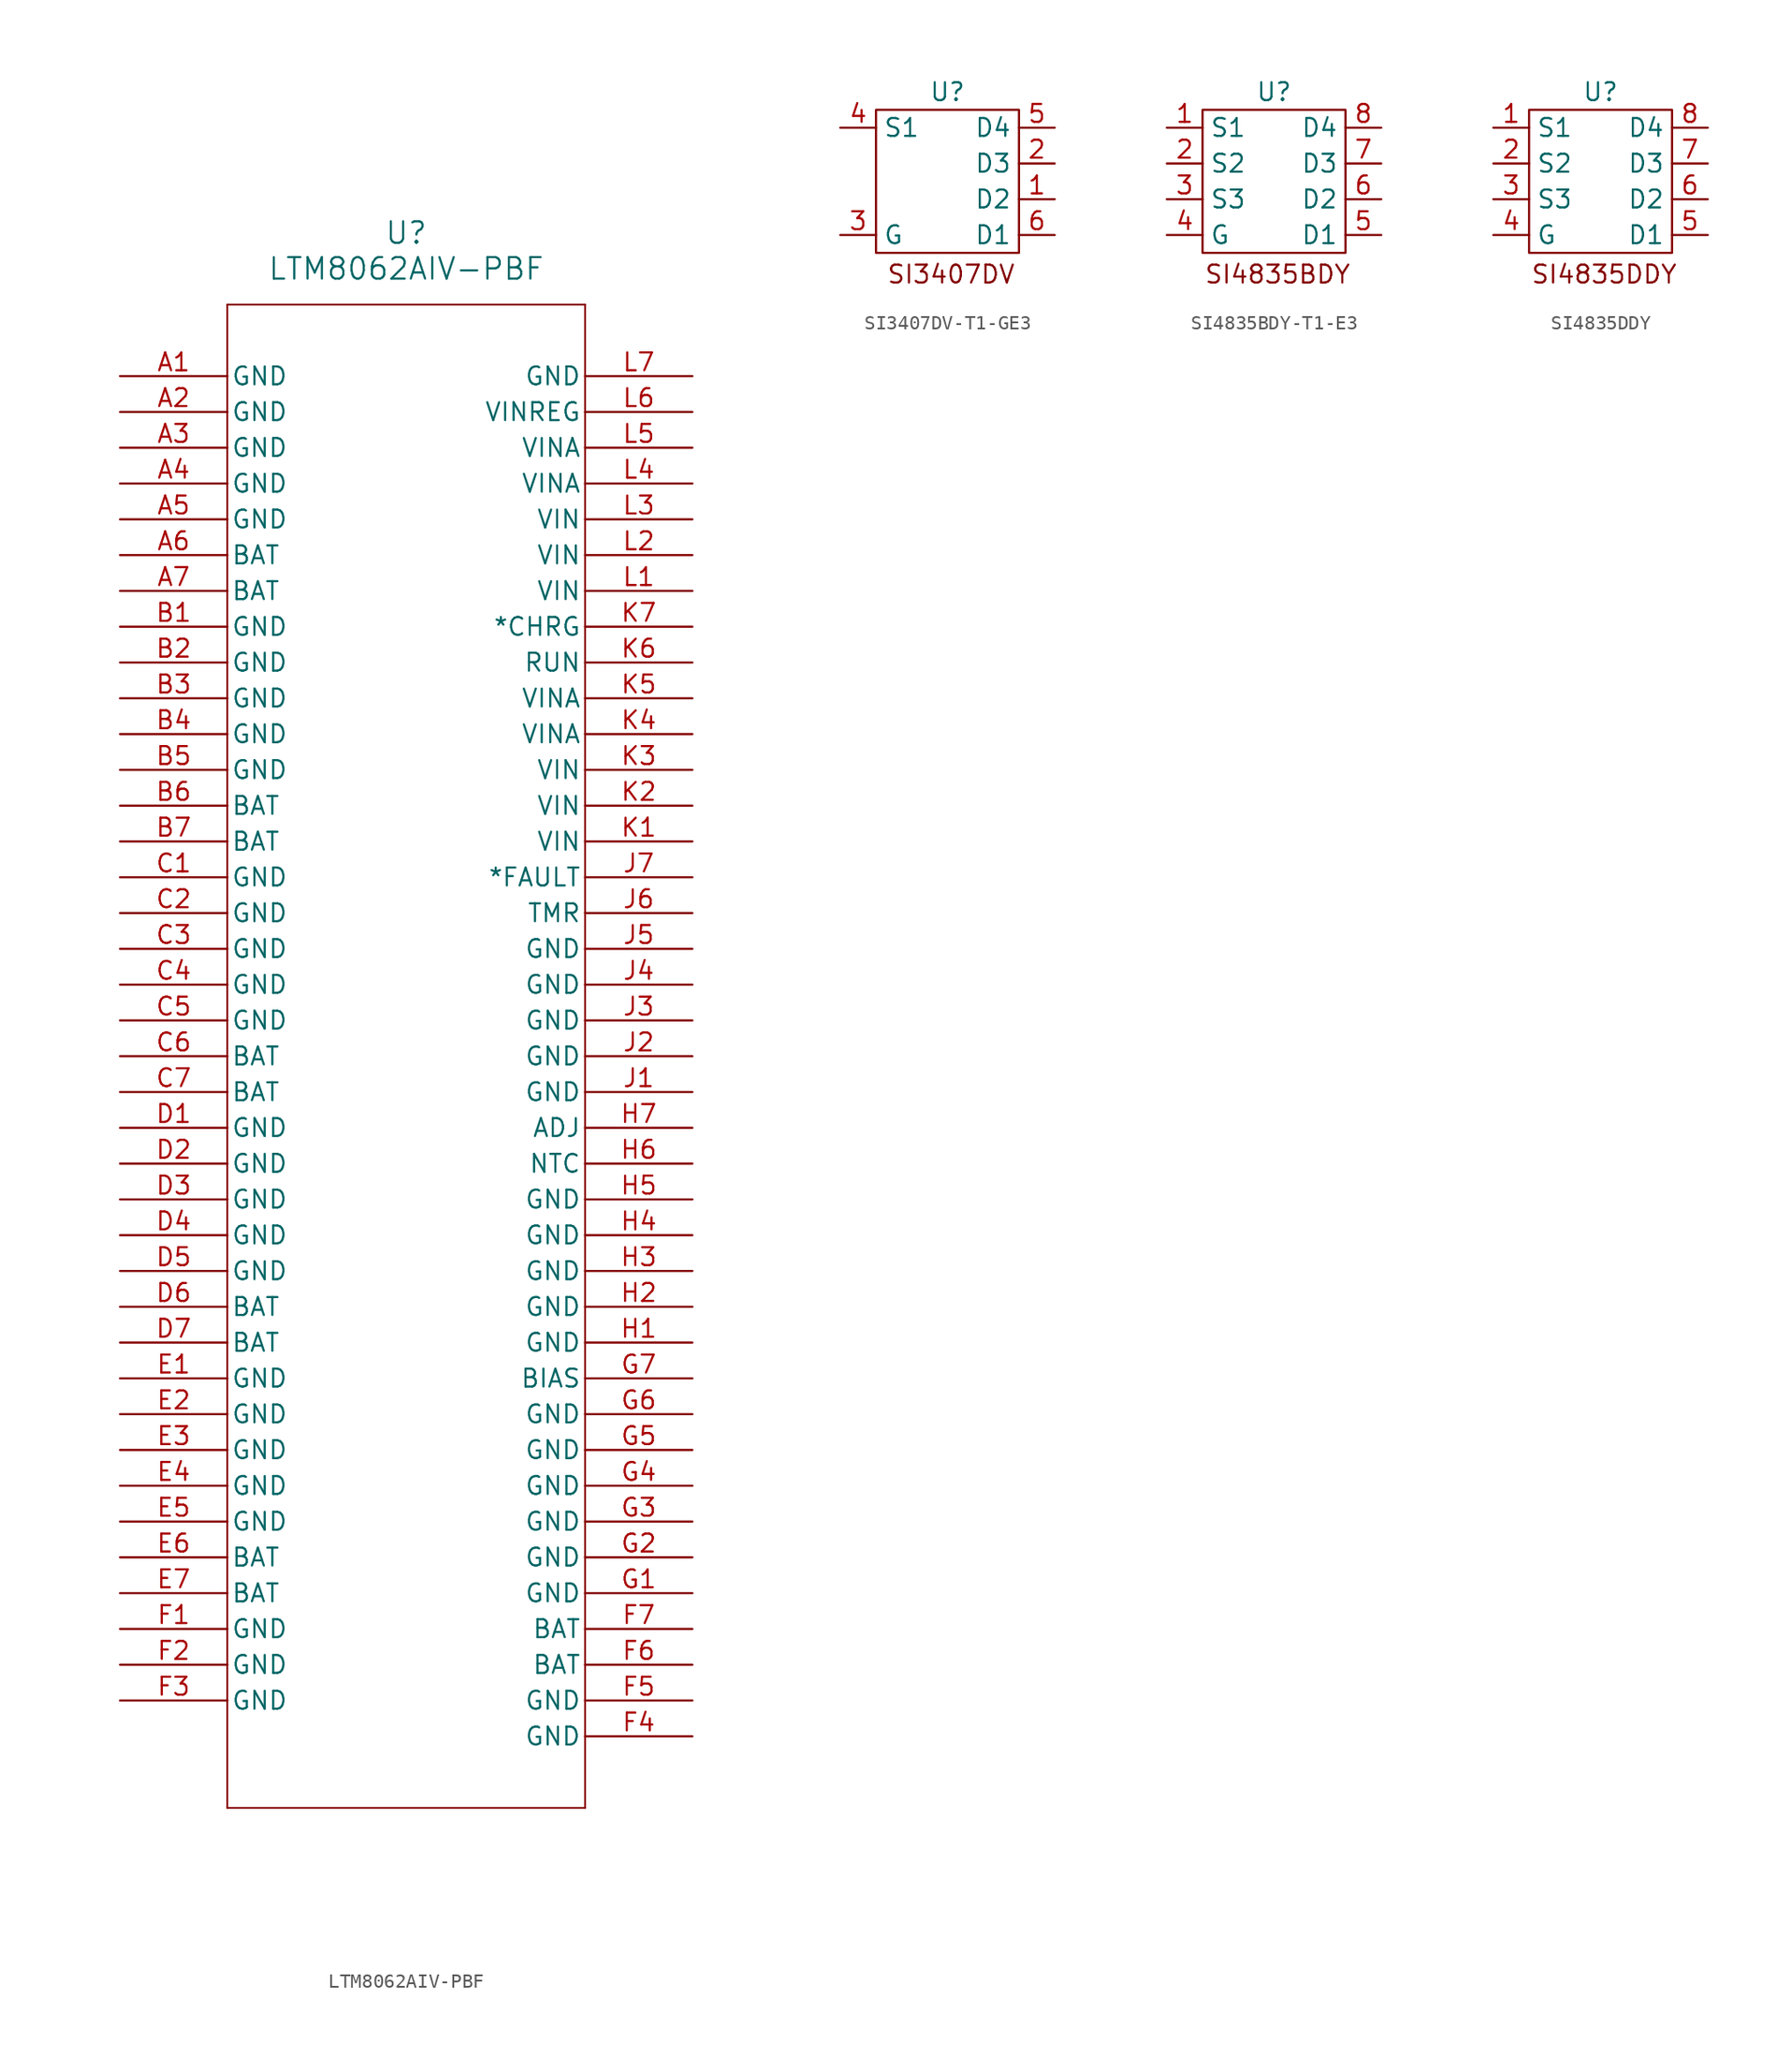
<source format=kicad_sym>
(kicad_symbol_lib
  (version 20231120)
  (generator "kicad_symbol_editor")
  (generator_version "8.0")
  (symbol "LTM8062AIV-PBF"
    (pin_names
      (offset 0.254))
    (property "Reference" "U"
      (at 20.32 10.16 0)
      (effects (font (size 1.524 1.524))))
    (property "Value" "LTM8062AIV-PBF"
      (at 20.32 7.62 0)
      (effects (font (size 1.524 1.524))))
    (property "ki_locked" ""
      (at 0 0 0)
      (effects (font (size 1.27 1.27))))
    (symbol "LTM8062AIV-PBF_0_1"
      (polyline (pts (xy 7.62 -101.6) (xy 33.02 -101.6)) (stroke (width 0.127) (type default)) (fill (type none)))
      (polyline (pts (xy 7.62 5.08) (xy 7.62 -101.6)) (stroke (width 0.127) (type default)) (fill (type none)))
      (polyline (pts (xy 33.02 -101.6) (xy 33.02 5.08)) (stroke (width 0.127) (type default)) (fill (type none)))
      (polyline (pts (xy 33.02 5.08) (xy 7.62 5.08)) (stroke (width 0.127) (type default)) (fill (type none)))
      (pin power_in line (at 0 0 0) (length 7.62) (name "GND" (effects (font (size 1.27 1.27)))) (number "A1" (effects (font (size 1.27 1.27)))))
      (pin power_in line (at 0 -2.54 0) (length 7.62) (name "GND" (effects (font (size 1.27 1.27)))) (number "A2" (effects (font (size 1.27 1.27)))))
      (pin power_in line (at 0 -5.08 0) (length 7.62) (name "GND" (effects (font (size 1.27 1.27)))) (number "A3" (effects (font (size 1.27 1.27)))))
      (pin power_in line (at 0 -7.62 0) (length 7.62) (name "GND" (effects (font (size 1.27 1.27)))) (number "A4" (effects (font (size 1.27 1.27)))))
      (pin power_in line (at 0 -10.16 0) (length 7.62) (name "GND" (effects (font (size 1.27 1.27)))) (number "A5" (effects (font (size 1.27 1.27)))))
      (pin output line (at 0 -12.7 0) (length 7.62) (name "BAT" (effects (font (size 1.27 1.27)))) (number "A6" (effects (font (size 1.27 1.27)))))
      (pin output line (at 0 -15.24 0) (length 7.62) (name "BAT" (effects (font (size 1.27 1.27)))) (number "A7" (effects (font (size 1.27 1.27)))))
      (pin power_in line (at 0 -17.78 0) (length 7.62) (name "GND" (effects (font (size 1.27 1.27)))) (number "B1" (effects (font (size 1.27 1.27)))))
      (pin power_in line (at 0 -20.32 0) (length 7.62) (name "GND" (effects (font (size 1.27 1.27)))) (number "B2" (effects (font (size 1.27 1.27)))))
      (pin power_in line (at 0 -22.86 0) (length 7.62) (name "GND" (effects (font (size 1.27 1.27)))) (number "B3" (effects (font (size 1.27 1.27)))))
      (pin power_in line (at 0 -25.4 0) (length 7.62) (name "GND" (effects (font (size 1.27 1.27)))) (number "B4" (effects (font (size 1.27 1.27)))))
      (pin power_in line (at 0 -27.94 0) (length 7.62) (name "GND" (effects (font (size 1.27 1.27)))) (number "B5" (effects (font (size 1.27 1.27)))))
      (pin output line (at 0 -30.48 0) (length 7.62) (name "BAT" (effects (font (size 1.27 1.27)))) (number "B6" (effects (font (size 1.27 1.27)))))
      (pin output line (at 0 -33.02 0) (length 7.62) (name "BAT" (effects (font (size 1.27 1.27)))) (number "B7" (effects (font (size 1.27 1.27)))))
      (pin power_in line (at 0 -35.56 0) (length 7.62) (name "GND" (effects (font (size 1.27 1.27)))) (number "C1" (effects (font (size 1.27 1.27)))))
      (pin power_in line (at 0 -38.1 0) (length 7.62) (name "GND" (effects (font (size 1.27 1.27)))) (number "C2" (effects (font (size 1.27 1.27)))))
      (pin power_in line (at 0 -40.64 0) (length 7.62) (name "GND" (effects (font (size 1.27 1.27)))) (number "C3" (effects (font (size 1.27 1.27)))))
      (pin power_in line (at 0 -43.18 0) (length 7.62) (name "GND" (effects (font (size 1.27 1.27)))) (number "C4" (effects (font (size 1.27 1.27)))))
      (pin power_in line (at 0 -45.72 0) (length 7.62) (name "GND" (effects (font (size 1.27 1.27)))) (number "C5" (effects (font (size 1.27 1.27)))))
      (pin output line (at 0 -48.26 0) (length 7.62) (name "BAT" (effects (font (size 1.27 1.27)))) (number "C6" (effects (font (size 1.27 1.27)))))
      (pin output line (at 0 -50.8 0) (length 7.62) (name "BAT" (effects (font (size 1.27 1.27)))) (number "C7" (effects (font (size 1.27 1.27)))))
      (pin power_in line (at 0 -53.34 0) (length 7.62) (name "GND" (effects (font (size 1.27 1.27)))) (number "D1" (effects (font (size 1.27 1.27)))))
      (pin power_in line (at 0 -55.88 0) (length 7.62) (name "GND" (effects (font (size 1.27 1.27)))) (number "D2" (effects (font (size 1.27 1.27)))))
      (pin power_in line (at 0 -58.42 0) (length 7.62) (name "GND" (effects (font (size 1.27 1.27)))) (number "D3" (effects (font (size 1.27 1.27)))))
      (pin power_in line (at 0 -60.96 0) (length 7.62) (name "GND" (effects (font (size 1.27 1.27)))) (number "D4" (effects (font (size 1.27 1.27)))))
      (pin power_in line (at 0 -63.5 0) (length 7.62) (name "GND" (effects (font (size 1.27 1.27)))) (number "D5" (effects (font (size 1.27 1.27)))))
      (pin output line (at 0 -66.04 0) (length 7.62) (name "BAT" (effects (font (size 1.27 1.27)))) (number "D6" (effects (font (size 1.27 1.27)))))
      (pin output line (at 0 -68.58 0) (length 7.62) (name "BAT" (effects (font (size 1.27 1.27)))) (number "D7" (effects (font (size 1.27 1.27)))))
      (pin power_in line (at 0 -71.12 0) (length 7.62) (name "GND" (effects (font (size 1.27 1.27)))) (number "E1" (effects (font (size 1.27 1.27)))))
      (pin power_in line (at 0 -73.66 0) (length 7.62) (name "GND" (effects (font (size 1.27 1.27)))) (number "E2" (effects (font (size 1.27 1.27)))))
      (pin power_in line (at 0 -76.2 0) (length 7.62) (name "GND" (effects (font (size 1.27 1.27)))) (number "E3" (effects (font (size 1.27 1.27)))))
      (pin power_in line (at 0 -78.74 0) (length 7.62) (name "GND" (effects (font (size 1.27 1.27)))) (number "E4" (effects (font (size 1.27 1.27)))))
      (pin power_in line (at 0 -81.28 0) (length 7.62) (name "GND" (effects (font (size 1.27 1.27)))) (number "E5" (effects (font (size 1.27 1.27)))))
      (pin output line (at 0 -83.82 0) (length 7.62) (name "BAT" (effects (font (size 1.27 1.27)))) (number "E6" (effects (font (size 1.27 1.27)))))
      (pin output line (at 0 -86.36 0) (length 7.62) (name "BAT" (effects (font (size 1.27 1.27)))) (number "E7" (effects (font (size 1.27 1.27)))))
      (pin power_in line (at 0 -88.9 0) (length 7.62) (name "GND" (effects (font (size 1.27 1.27)))) (number "F1" (effects (font (size 1.27 1.27)))))
      (pin power_in line (at 0 -91.44 0) (length 7.62) (name "GND" (effects (font (size 1.27 1.27)))) (number "F2" (effects (font (size 1.27 1.27)))))
      (pin power_in line (at 0 -93.98 0) (length 7.62) (name "GND" (effects (font (size 1.27 1.27)))) (number "F3" (effects (font (size 1.27 1.27)))))
      (pin power_in line (at 40.64 -96.52 180) (length 7.62) (name "GND" (effects (font (size 1.27 1.27)))) (number "F4" (effects (font (size 1.27 1.27)))))
      (pin power_in line (at 40.64 -93.98 180) (length 7.62) (name "GND" (effects (font (size 1.27 1.27)))) (number "F5" (effects (font (size 1.27 1.27)))))
      (pin output line (at 40.64 -91.44 180) (length 7.62) (name "BAT" (effects (font (size 1.27 1.27)))) (number "F6" (effects (font (size 1.27 1.27)))))
      (pin output line (at 40.64 -88.9 180) (length 7.62) (name "BAT" (effects (font (size 1.27 1.27)))) (number "F7" (effects (font (size 1.27 1.27)))))
      (pin power_in line (at 40.64 -86.36 180) (length 7.62) (name "GND" (effects (font (size 1.27 1.27)))) (number "G1" (effects (font (size 1.27 1.27)))))
      (pin power_in line (at 40.64 -83.82 180) (length 7.62) (name "GND" (effects (font (size 1.27 1.27)))) (number "G2" (effects (font (size 1.27 1.27)))))
      (pin power_in line (at 40.64 -81.28 180) (length 7.62) (name "GND" (effects (font (size 1.27 1.27)))) (number "G3" (effects (font (size 1.27 1.27)))))
      (pin power_in line (at 40.64 -78.74 180) (length 7.62) (name "GND" (effects (font (size 1.27 1.27)))) (number "G4" (effects (font (size 1.27 1.27)))))
      (pin power_in line (at 40.64 -76.2 180) (length 7.62) (name "GND" (effects (font (size 1.27 1.27)))) (number "G5" (effects (font (size 1.27 1.27)))))
      (pin power_in line (at 40.64 -73.66 180) (length 7.62) (name "GND" (effects (font (size 1.27 1.27)))) (number "G6" (effects (font (size 1.27 1.27)))))
      (pin unspecified line (at 40.64 -71.12 180) (length 7.62) (name "BIAS" (effects (font (size 1.27 1.27)))) (number "G7" (effects (font (size 1.27 1.27)))))
      (pin power_in line (at 40.64 -68.58 180) (length 7.62) (name "GND" (effects (font (size 1.27 1.27)))) (number "H1" (effects (font (size 1.27 1.27)))))
      (pin power_in line (at 40.64 -66.04 180) (length 7.62) (name "GND" (effects (font (size 1.27 1.27)))) (number "H2" (effects (font (size 1.27 1.27)))))
      (pin power_in line (at 40.64 -63.5 180) (length 7.62) (name "GND" (effects (font (size 1.27 1.27)))) (number "H3" (effects (font (size 1.27 1.27)))))
      (pin power_in line (at 40.64 -60.96 180) (length 7.62) (name "GND" (effects (font (size 1.27 1.27)))) (number "H4" (effects (font (size 1.27 1.27)))))
      (pin power_in line (at 40.64 -58.42 180) (length 7.62) (name "GND" (effects (font (size 1.27 1.27)))) (number "H5" (effects (font (size 1.27 1.27)))))
      (pin input line (at 40.64 -55.88 180) (length 7.62) (name "NTC" (effects (font (size 1.27 1.27)))) (number "H6" (effects (font (size 1.27 1.27)))))
      (pin input line (at 40.64 -53.34 180) (length 7.62) (name "ADJ" (effects (font (size 1.27 1.27)))) (number "H7" (effects (font (size 1.27 1.27)))))
      (pin power_in line (at 40.64 -50.8 180) (length 7.62) (name "GND" (effects (font (size 1.27 1.27)))) (number "J1" (effects (font (size 1.27 1.27)))))
      (pin power_in line (at 40.64 -48.26 180) (length 7.62) (name "GND" (effects (font (size 1.27 1.27)))) (number "J2" (effects (font (size 1.27 1.27)))))
      (pin power_in line (at 40.64 -45.72 180) (length 7.62) (name "GND" (effects (font (size 1.27 1.27)))) (number "J3" (effects (font (size 1.27 1.27)))))
      (pin power_in line (at 40.64 -43.18 180) (length 7.62) (name "GND" (effects (font (size 1.27 1.27)))) (number "J4" (effects (font (size 1.27 1.27)))))
      (pin power_in line (at 40.64 -40.64 180) (length 7.62) (name "GND" (effects (font (size 1.27 1.27)))) (number "J5" (effects (font (size 1.27 1.27)))))
      (pin unspecified line (at 40.64 -38.1 180) (length 7.62) (name "TMR" (effects (font (size 1.27 1.27)))) (number "J6" (effects (font (size 1.27 1.27)))))
      (pin output line (at 40.64 -35.56 180) (length 7.62) (name "*FAULT" (effects (font (size 1.27 1.27)))) (number "J7" (effects (font (size 1.27 1.27)))))
      (pin input line (at 40.64 -33.02 180) (length 7.62) (name "VIN" (effects (font (size 1.27 1.27)))) (number "K1" (effects (font (size 1.27 1.27)))))
      (pin input line (at 40.64 -30.48 180) (length 7.62) (name "VIN" (effects (font (size 1.27 1.27)))) (number "K2" (effects (font (size 1.27 1.27)))))
      (pin input line (at 40.64 -27.94 180) (length 7.62) (name "VIN" (effects (font (size 1.27 1.27)))) (number "K3" (effects (font (size 1.27 1.27)))))
      (pin input line (at 40.64 -25.4 180) (length 7.62) (name "VINA" (effects (font (size 1.27 1.27)))) (number "K4" (effects (font (size 1.27 1.27)))))
      (pin input line (at 40.64 -22.86 180) (length 7.62) (name "VINA" (effects (font (size 1.27 1.27)))) (number "K5" (effects (font (size 1.27 1.27)))))
      (pin input line (at 40.64 -20.32 180) (length 7.62) (name "RUN" (effects (font (size 1.27 1.27)))) (number "K6" (effects (font (size 1.27 1.27)))))
      (pin output line (at 40.64 -17.78 180) (length 7.62) (name "*CHRG" (effects (font (size 1.27 1.27)))) (number "K7" (effects (font (size 1.27 1.27)))))
      (pin input line (at 40.64 -15.24 180) (length 7.62) (name "VIN" (effects (font (size 1.27 1.27)))) (number "L1" (effects (font (size 1.27 1.27)))))
      (pin input line (at 40.64 -12.7 180) (length 7.62) (name "VIN" (effects (font (size 1.27 1.27)))) (number "L2" (effects (font (size 1.27 1.27)))))
      (pin input line (at 40.64 -10.16 180) (length 7.62) (name "VIN" (effects (font (size 1.27 1.27)))) (number "L3" (effects (font (size 1.27 1.27)))))
      (pin input line (at 40.64 -7.62 180) (length 7.62) (name "VINA" (effects (font (size 1.27 1.27)))) (number "L4" (effects (font (size 1.27 1.27)))))
      (pin input line (at 40.64 -5.08 180) (length 7.62) (name "VINA" (effects (font (size 1.27 1.27)))) (number "L5" (effects (font (size 1.27 1.27)))))
      (pin input line (at 40.64 -2.54 180) (length 7.62) (name "VINREG" (effects (font (size 1.27 1.27)))) (number "L6" (effects (font (size 1.27 1.27)))))
      (pin power_in line (at 40.64 0 180) (length 7.62) (name "GND" (effects (font (size 1.27 1.27)))) (number "L7" (effects (font (size 1.27 1.27)))))))
  (symbol "SI3407DV-T1-GE3"
    (property "Reference" "U"
      (at 0 6.35 0)
      (effects (font (size 1.27 1.27))))
    (property "Value" ""
      (at 0 0 0)
      (effects (font (size 1.27 1.27))))
    (symbol "SI3407DV-T1-GE3_0_1"
      (rectangle (start -5.08 5.08) (end 5.08 -5.08) (stroke (width 0) (type default)) (fill (type none))))
    (symbol "SI3407DV-T1-GE3_1_1"
      (text "SI3407DV" (at 0.254 -6.604 0) (effects (font (size 1.27 1.27))))
      (pin input line (at 7.62 -1.27 180) (length 2.54) (name "D2" (effects (font (size 1.27 1.27)))) (number "1" (effects (font (size 1.27 1.27)))))
      (pin input line (at 7.62 1.27 180) (length 2.54) (name "D3" (effects (font (size 1.27 1.27)))) (number "2" (effects (font (size 1.27 1.27)))))
      (pin input line (at -7.62 -3.81 0) (length 2.54) (name "G" (effects (font (size 1.27 1.27)))) (number "3" (effects (font (size 1.27 1.27)))))
      (pin input line (at -7.62 3.81 0) (length 2.54) (name "S1" (effects (font (size 1.27 1.27)))) (number "4" (effects (font (size 1.27 1.27)))))
      (pin input line (at 7.62 3.81 180) (length 2.54) (name "D4" (effects (font (size 1.27 1.27)))) (number "5" (effects (font (size 1.27 1.27)))))
      (pin input line (at 7.62 -3.81 180) (length 2.54) (name "D1" (effects (font (size 1.27 1.27)))) (number "6" (effects (font (size 1.27 1.27)))))))
  (symbol "SI4835BDY-T1-E3"
    (property "Reference" "U"
      (at 0 6.35 0)
      (effects (font (size 1.27 1.27))))
    (property "Value" ""
      (at 0 0 0)
      (effects (font (size 1.27 1.27))))
    (symbol "SI4835BDY-T1-E3_0_1"
      (rectangle (start -5.08 5.08) (end 5.08 -5.08) (stroke (width 0) (type default)) (fill (type none))))
    (symbol "SI4835BDY-T1-E3_1_1"
      (text "SI4835BDY" (at 0.254 -6.604 0) (effects (font (size 1.27 1.27))))
      (pin input line (at -7.62 3.81 0) (length 2.54) (name "S1" (effects (font (size 1.27 1.27)))) (number "1" (effects (font (size 1.27 1.27)))))
      (pin input line (at -7.62 1.27 0) (length 2.54) (name "S2" (effects (font (size 1.27 1.27)))) (number "2" (effects (font (size 1.27 1.27)))))
      (pin input line (at -7.62 -1.27 0) (length 2.54) (name "S3" (effects (font (size 1.27 1.27)))) (number "3" (effects (font (size 1.27 1.27)))))
      (pin input line (at -7.62 -3.81 0) (length 2.54) (name "G" (effects (font (size 1.27 1.27)))) (number "4" (effects (font (size 1.27 1.27)))))
      (pin input line (at 7.62 -3.81 180) (length 2.54) (name "D1" (effects (font (size 1.27 1.27)))) (number "5" (effects (font (size 1.27 1.27)))))
      (pin input line (at 7.62 -1.27 180) (length 2.54) (name "D2" (effects (font (size 1.27 1.27)))) (number "6" (effects (font (size 1.27 1.27)))))
      (pin input line (at 7.62 1.27 180) (length 2.54) (name "D3" (effects (font (size 1.27 1.27)))) (number "7" (effects (font (size 1.27 1.27)))))
      (pin input line (at 7.62 3.81 180) (length 2.54) (name "D4" (effects (font (size 1.27 1.27)))) (number "8" (effects (font (size 1.27 1.27)))))))
  (symbol "SI4835DDY"
    (property "Reference" "U"
      (at 0 6.35 0)
      (effects (font (size 1.27 1.27))))
    (property "Value" ""
      (at 0 0 0)
      (effects (font (size 1.27 1.27))))
    (symbol "SI4835DDY_0_1"
      (rectangle (start -5.08 5.08) (end 5.08 -5.08) (stroke (width 0) (type default)) (fill (type none))))
    (symbol "SI4835DDY_1_1"
      (text "SI4835DDY" (at 0.254 -6.604 0) (effects (font (size 1.27 1.27))))
      (pin input line (at -7.62 3.81 0) (length 2.54) (name "S1" (effects (font (size 1.27 1.27)))) (number "1" (effects (font (size 1.27 1.27)))))
      (pin input line (at -7.62 1.27 0) (length 2.54) (name "S2" (effects (font (size 1.27 1.27)))) (number "2" (effects (font (size 1.27 1.27)))))
      (pin input line (at -7.62 -1.27 0) (length 2.54) (name "S3" (effects (font (size 1.27 1.27)))) (number "3" (effects (font (size 1.27 1.27)))))
      (pin input line (at -7.62 -3.81 0) (length 2.54) (name "G" (effects (font (size 1.27 1.27)))) (number "4" (effects (font (size 1.27 1.27)))))
      (pin input line (at 7.62 -3.81 180) (length 2.54) (name "D1" (effects (font (size 1.27 1.27)))) (number "5" (effects (font (size 1.27 1.27)))))
      (pin input line (at 7.62 -1.27 180) (length 2.54) (name "D2" (effects (font (size 1.27 1.27)))) (number "6" (effects (font (size 1.27 1.27)))))
      (pin input line (at 7.62 1.27 180) (length 2.54) (name "D3" (effects (font (size 1.27 1.27)))) (number "7" (effects (font (size 1.27 1.27)))))
      (pin input line (at 7.62 3.81 180) (length 2.54) (name "D4" (effects (font (size 1.27 1.27)))) (number "8" (effects (font (size 1.27 1.27))))))))
</source>
